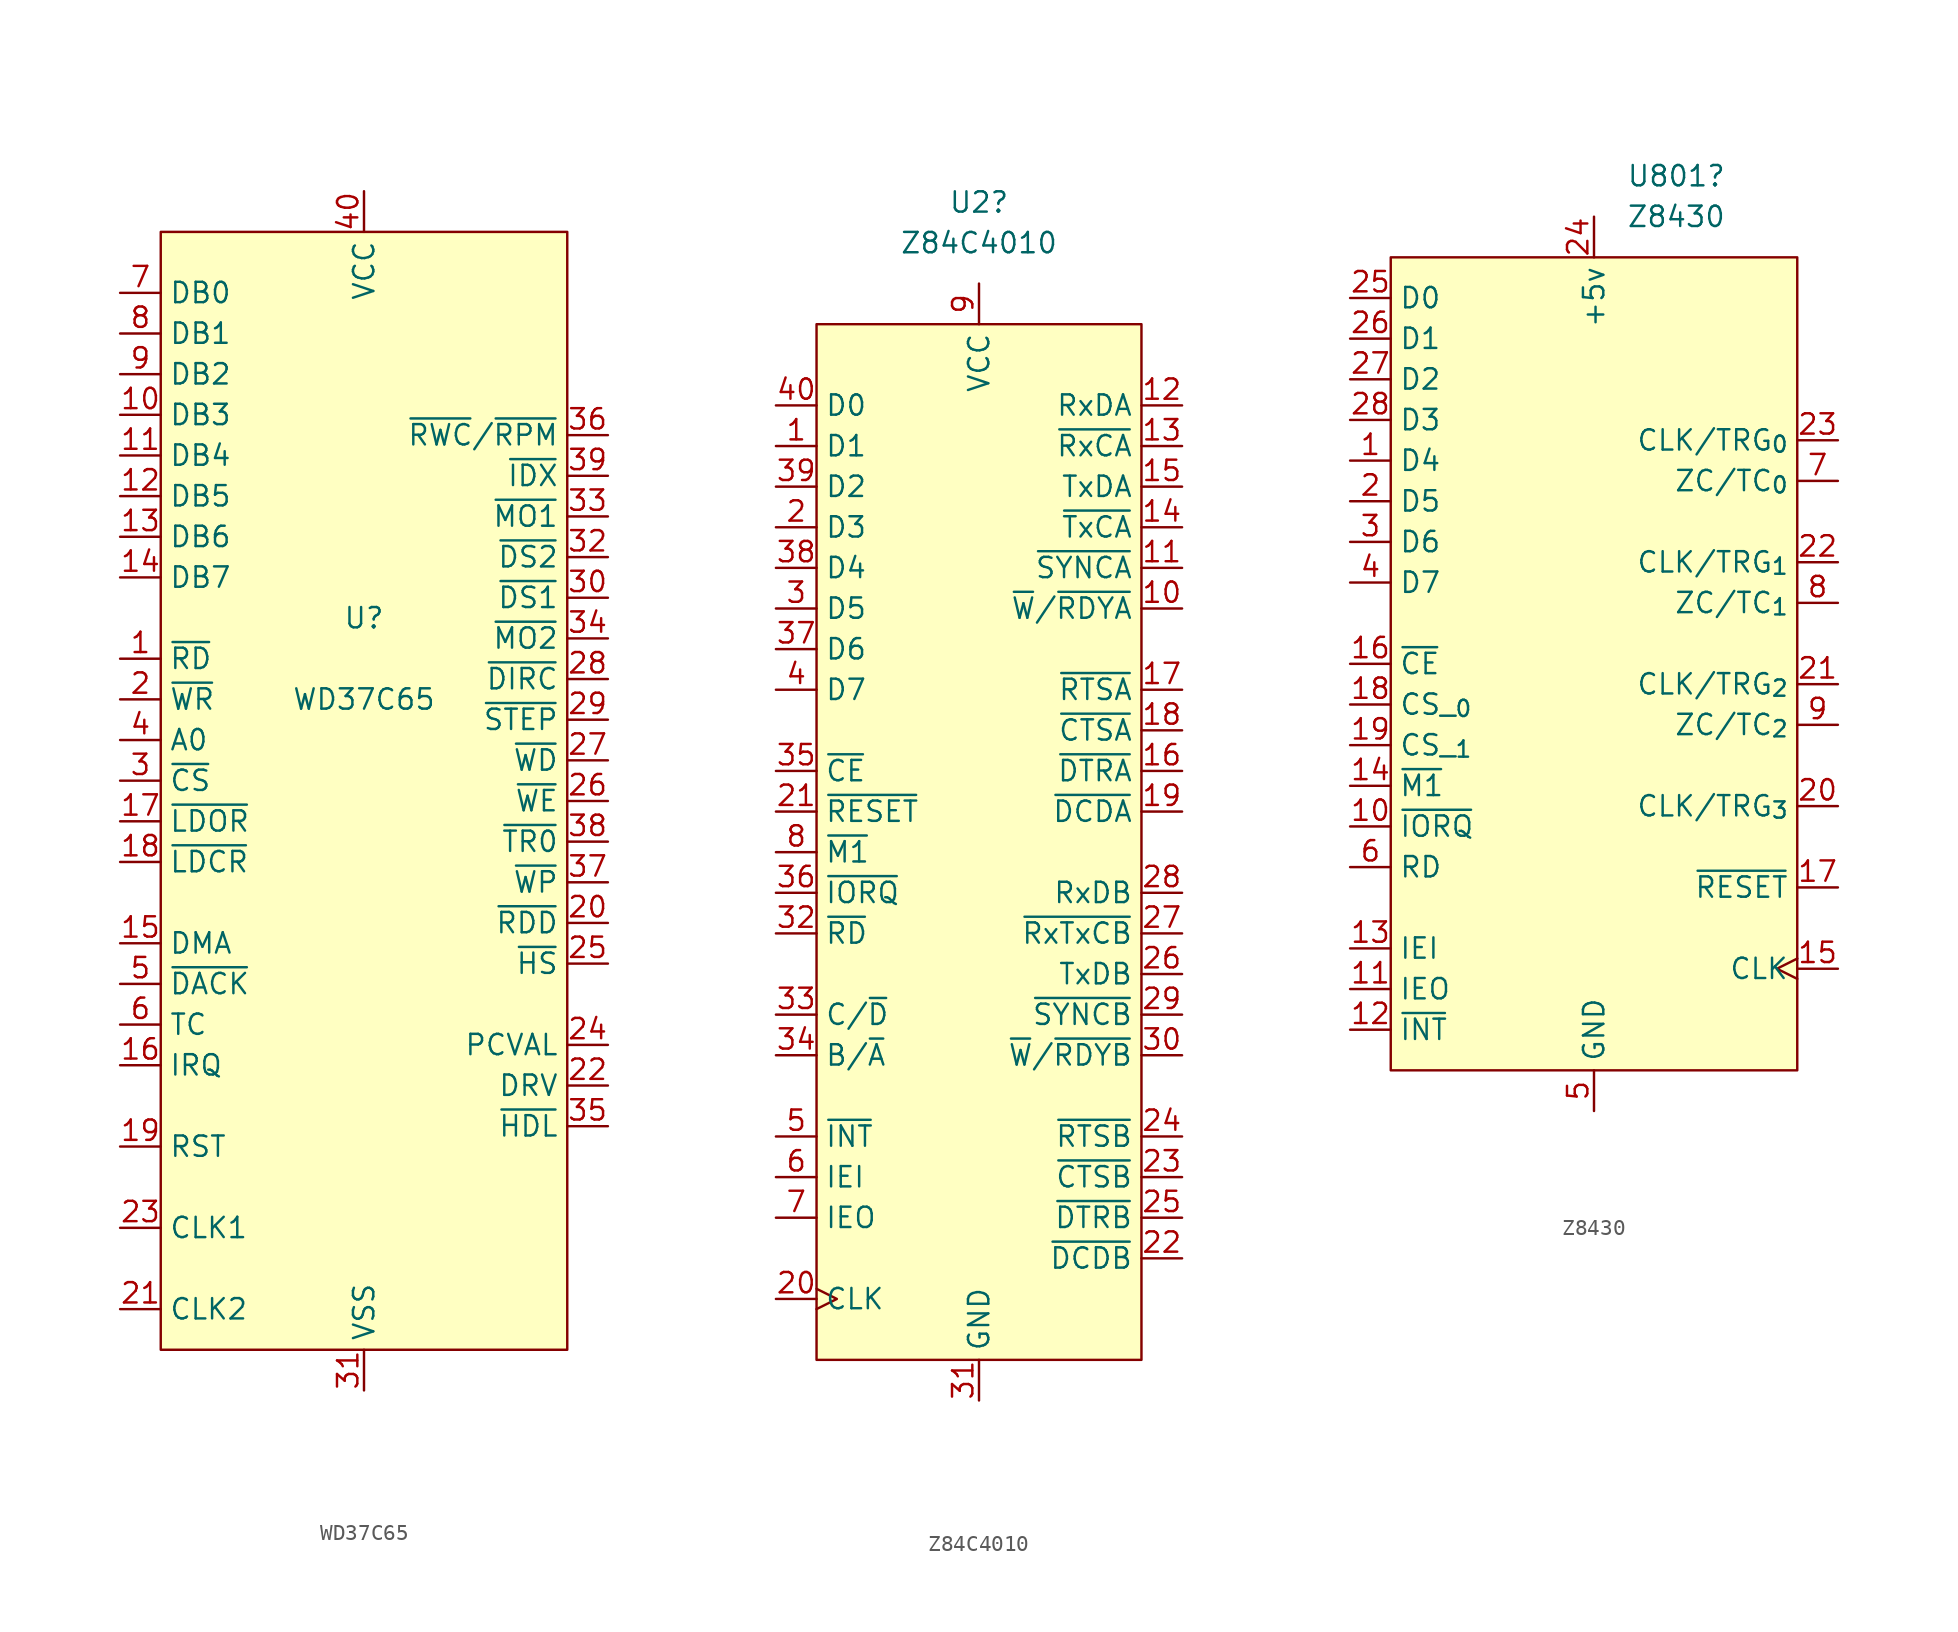
<source format=kicad_sym>
(kicad_symbol_lib
  (version 20211014)
  (generator kicad_symbol_editor)
  (symbol "WD37C65"
    (property "Reference" "U"
      (at 0 10.16 0)
      (effects (font (size 1.27 1.27))))
    (property "Value" "WD37C65"
      (at 0 5.08 0)
      (effects (font (size 1.27 1.27))))
    (symbol "WD37C65_0_0"
      (pin input line (at -15.24 7.62 0) (length 2.54) (name "~{RD}" (effects (font (size 1.27 1.27)))) (number "1" (effects (font (size 1.27 1.27)))))
      (pin bidirectional line (at -15.24 22.86 0) (length 2.54) (name "DB3" (effects (font (size 1.27 1.27)))) (number "10" (effects (font (size 1.27 1.27)))))
      (pin bidirectional line (at -15.24 20.32 0) (length 2.54) (name "DB4" (effects (font (size 1.27 1.27)))) (number "11" (effects (font (size 1.27 1.27)))))
      (pin bidirectional line (at -15.24 17.78 0) (length 2.54) (name "DB5" (effects (font (size 1.27 1.27)))) (number "12" (effects (font (size 1.27 1.27)))))
      (pin bidirectional line (at -15.24 15.24 0) (length 2.54) (name "DB6" (effects (font (size 1.27 1.27)))) (number "13" (effects (font (size 1.27 1.27)))))
      (pin bidirectional line (at -15.24 12.7 0) (length 2.54) (name "DB7" (effects (font (size 1.27 1.27)))) (number "14" (effects (font (size 1.27 1.27)))))
      (pin output line (at -15.24 -10.16 0) (length 2.54) (name "DMA" (effects (font (size 1.27 1.27)))) (number "15" (effects (font (size 1.27 1.27)))))
      (pin output line (at -15.24 -17.78 0) (length 2.54) (name "IRQ" (effects (font (size 1.27 1.27)))) (number "16" (effects (font (size 1.27 1.27)))))
      (pin input line (at -15.24 -2.54 0) (length 2.54) (name "~{LDOR}" (effects (font (size 1.27 1.27)))) (number "17" (effects (font (size 1.27 1.27)))))
      (pin input line (at -15.24 -5.08 0) (length 2.54) (name "~{LDCR}" (effects (font (size 1.27 1.27)))) (number "18" (effects (font (size 1.27 1.27)))))
      (pin input line (at -15.24 -22.86 0) (length 2.54) (name "RST" (effects (font (size 1.27 1.27)))) (number "19" (effects (font (size 1.27 1.27)))))
      (pin input line (at -15.24 5.08 0) (length 2.54) (name "~{WR}" (effects (font (size 1.27 1.27)))) (number "2" (effects (font (size 1.27 1.27)))))
      (pin input line (at 15.24 -8.89 180) (length 2.54) (name "~{RDD}" (effects (font (size 1.27 1.27)))) (number "20" (effects (font (size 1.27 1.27)))))
      (pin input line (at -15.24 -33.02 0) (length 2.54) (name "CLK2" (effects (font (size 1.27 1.27)))) (number "21" (effects (font (size 1.27 1.27)))))
      (pin input line (at 15.24 -19.05 180) (length 2.54) (name "DRV" (effects (font (size 1.27 1.27)))) (number "22" (effects (font (size 1.27 1.27)))))
      (pin input line (at -15.24 -27.94 0) (length 2.54) (name "CLK1" (effects (font (size 1.27 1.27)))) (number "23" (effects (font (size 1.27 1.27)))))
      (pin input line (at 15.24 -16.51 180) (length 2.54) (name "PCVAL" (effects (font (size 1.27 1.27)))) (number "24" (effects (font (size 1.27 1.27)))))
      (pin output line (at 15.24 -11.43 180) (length 2.54) (name "~{HS}" (effects (font (size 1.27 1.27)))) (number "25" (effects (font (size 1.27 1.27)))))
      (pin output line (at 15.24 -1.27 180) (length 2.54) (name "~{WE}" (effects (font (size 1.27 1.27)))) (number "26" (effects (font (size 1.27 1.27)))))
      (pin output line (at 15.24 1.27 180) (length 2.54) (name "~{WD}" (effects (font (size 1.27 1.27)))) (number "27" (effects (font (size 1.27 1.27)))))
      (pin output line (at 15.24 6.35 180) (length 2.54) (name "~{DIRC}" (effects (font (size 1.27 1.27)))) (number "28" (effects (font (size 1.27 1.27)))))
      (pin output line (at 15.24 3.81 180) (length 2.54) (name "~{STEP}" (effects (font (size 1.27 1.27)))) (number "29" (effects (font (size 1.27 1.27)))))
      (pin input line (at -15.24 0 0) (length 2.54) (name "~{CS}" (effects (font (size 1.27 1.27)))) (number "3" (effects (font (size 1.27 1.27)))))
      (pin output line (at 15.24 11.43 180) (length 2.54) (name "~{DS1}" (effects (font (size 1.27 1.27)))) (number "30" (effects (font (size 1.27 1.27)))))
      (pin power_in line (at 0 -38.1 90) (length 2.54) (name "VSS" (effects (font (size 1.27 1.27)))) (number "31" (effects (font (size 1.27 1.27)))))
      (pin output line (at 15.24 13.97 180) (length 2.54) (name "~{DS2}" (effects (font (size 1.27 1.27)))) (number "32" (effects (font (size 1.27 1.27)))))
      (pin output line (at 15.24 16.51 180) (length 2.54) (name "~{MO1}" (effects (font (size 1.27 1.27)))) (number "33" (effects (font (size 1.27 1.27)))))
      (pin output line (at 15.24 8.89 180) (length 2.54) (name "~{MO2}" (effects (font (size 1.27 1.27)))) (number "34" (effects (font (size 1.27 1.27)))))
      (pin output line (at 15.24 -21.59 180) (length 2.54) (name "~{HDL}" (effects (font (size 1.27 1.27)))) (number "35" (effects (font (size 1.27 1.27)))))
      (pin output line (at 15.24 21.59 180) (length 2.54) (name "~{RWC}/~{RPM}" (effects (font (size 1.27 1.27)))) (number "36" (effects (font (size 1.27 1.27)))))
      (pin input line (at 15.24 -6.35 180) (length 2.54) (name "~{WP}" (effects (font (size 1.27 1.27)))) (number "37" (effects (font (size 1.27 1.27)))))
      (pin input line (at 15.24 -3.81 180) (length 2.54) (name "~{TR0}" (effects (font (size 1.27 1.27)))) (number "38" (effects (font (size 1.27 1.27)))))
      (pin input line (at 15.24 19.05 180) (length 2.54) (name "~{IDX}" (effects (font (size 1.27 1.27)))) (number "39" (effects (font (size 1.27 1.27)))))
      (pin input line (at -15.24 2.54 0) (length 2.54) (name "A0" (effects (font (size 1.27 1.27)))) (number "4" (effects (font (size 1.27 1.27)))))
      (pin power_in line (at 0 36.83 270) (length 2.54) (name "VCC" (effects (font (size 1.27 1.27)))) (number "40" (effects (font (size 1.27 1.27)))))
      (pin input line (at -15.24 -12.7 0) (length 2.54) (name "~{DACK}" (effects (font (size 1.27 1.27)))) (number "5" (effects (font (size 1.27 1.27)))))
      (pin input line (at -15.24 -15.24 0) (length 2.54) (name "TC" (effects (font (size 1.27 1.27)))) (number "6" (effects (font (size 1.27 1.27)))))
      (pin bidirectional line (at -15.24 30.48 0) (length 2.54) (name "DB0" (effects (font (size 1.27 1.27)))) (number "7" (effects (font (size 1.27 1.27)))))
      (pin bidirectional line (at -15.24 27.94 0) (length 2.54) (name "DB1" (effects (font (size 1.27 1.27)))) (number "8" (effects (font (size 1.27 1.27)))))
      (pin bidirectional line (at -15.24 25.4 0) (length 2.54) (name "DB2" (effects (font (size 1.27 1.27)))) (number "9" (effects (font (size 1.27 1.27))))))
    (symbol "WD37C65_0_1"
      (rectangle (start -12.7 34.29) (end 12.7 -35.56) (stroke (width 0.152) (type default) (color 0 0 0 0)) (fill (type background)))))
  (symbol "Z84C4010"
    (property "Reference" "U2"
      (at 0 39.37 0)
      (effects (font (size 1.27 1.27))))
    (property "Value" "Z84C4010"
      (at 0 36.83 0)
      (effects (font (size 1.27 1.27))))
    (symbol "Z84C4010_0_0"
      (pin bidirectional line (at -12.7 24.13 0) (length 2.54) (name "D1" (effects (font (size 1.27 1.27)))) (number "1" (effects (font (size 1.27 1.27)))))
      (pin output line (at 12.7 13.97 180) (length 2.54) (name "~{W}/~{RDYA}" (effects (font (size 1.27 1.27)))) (number "10" (effects (font (size 1.27 1.27)))))
      (pin bidirectional line (at 12.7 16.51 180) (length 2.54) (name "~{SYNCA}" (effects (font (size 1.27 1.27)))) (number "11" (effects (font (size 1.27 1.27)))))
      (pin input line (at 12.7 26.67 180) (length 2.54) (name "RxDA" (effects (font (size 1.27 1.27)))) (number "12" (effects (font (size 1.27 1.27)))))
      (pin input line (at 12.7 24.13 180) (length 2.54) (name "~{RxCA}" (effects (font (size 1.27 1.27)))) (number "13" (effects (font (size 1.27 1.27)))))
      (pin input line (at 12.7 19.05 180) (length 2.54) (name "~{TxCA}" (effects (font (size 1.27 1.27)))) (number "14" (effects (font (size 1.27 1.27)))))
      (pin output line (at 12.7 21.59 180) (length 2.54) (name "TxDA" (effects (font (size 1.27 1.27)))) (number "15" (effects (font (size 1.27 1.27)))))
      (pin output line (at 12.7 3.81 180) (length 2.54) (name "~{DTRA}" (effects (font (size 1.27 1.27)))) (number "16" (effects (font (size 1.27 1.27)))))
      (pin output line (at 12.7 8.89 180) (length 2.54) (name "~{RTSA}" (effects (font (size 1.27 1.27)))) (number "17" (effects (font (size 1.27 1.27)))))
      (pin input line (at 12.7 6.35 180) (length 2.54) (name "~{CTSA}" (effects (font (size 1.27 1.27)))) (number "18" (effects (font (size 1.27 1.27)))))
      (pin input line (at 12.7 1.27 180) (length 2.54) (name "~{DCDA}" (effects (font (size 1.27 1.27)))) (number "19" (effects (font (size 1.27 1.27)))))
      (pin bidirectional line (at -12.7 19.05 0) (length 2.54) (name "D3" (effects (font (size 1.27 1.27)))) (number "2" (effects (font (size 1.27 1.27)))))
      (pin input clock (at -12.7 -29.21 0) (length 2.54) (name "CLK" (effects (font (size 1.27 1.27)))) (number "20" (effects (font (size 1.27 1.27)))))
      (pin input line (at -12.7 1.27 0) (length 2.54) (name "~{RESET}" (effects (font (size 1.27 1.27)))) (number "21" (effects (font (size 1.27 1.27)))))
      (pin input line (at 12.7 -26.67 180) (length 2.54) (name "~{DCDB}" (effects (font (size 1.27 1.27)))) (number "22" (effects (font (size 1.27 1.27)))))
      (pin input line (at 12.7 -21.59 180) (length 2.54) (name "~{CTSB}" (effects (font (size 1.27 1.27)))) (number "23" (effects (font (size 1.27 1.27)))))
      (pin output line (at 12.7 -19.05 180) (length 2.54) (name "~{RTSB}" (effects (font (size 1.27 1.27)))) (number "24" (effects (font (size 1.27 1.27)))))
      (pin output line (at 12.7 -24.13 180) (length 2.54) (name "~{DTRB}" (effects (font (size 1.27 1.27)))) (number "25" (effects (font (size 1.27 1.27)))))
      (pin output line (at 12.7 -8.89 180) (length 2.54) (name "TxDB" (effects (font (size 1.27 1.27)))) (number "26" (effects (font (size 1.27 1.27)))))
      (pin input line (at 12.7 -6.35 180) (length 2.54) (name "~{RxTxCB}" (effects (font (size 1.27 1.27)))) (number "27" (effects (font (size 1.27 1.27)))))
      (pin input line (at 12.7 -3.81 180) (length 2.54) (name "RxDB" (effects (font (size 1.27 1.27)))) (number "28" (effects (font (size 1.27 1.27)))))
      (pin bidirectional line (at 12.7 -11.43 180) (length 2.54) (name "~{SYNCB}" (effects (font (size 1.27 1.27)))) (number "29" (effects (font (size 1.27 1.27)))))
      (pin bidirectional line (at -12.7 13.97 0) (length 2.54) (name "D5" (effects (font (size 1.27 1.27)))) (number "3" (effects (font (size 1.27 1.27)))))
      (pin output line (at 12.7 -13.97 180) (length 2.54) (name "~{W}/~{RDYB}" (effects (font (size 1.27 1.27)))) (number "30" (effects (font (size 1.27 1.27)))))
      (pin power_in line (at 0 -35.56 90) (length 2.54) (name "GND" (effects (font (size 1.27 1.27)))) (number "31" (effects (font (size 1.27 1.27)))))
      (pin input line (at -12.7 -6.35 0) (length 2.54) (name "~{RD}" (effects (font (size 1.27 1.27)))) (number "32" (effects (font (size 1.27 1.27)))))
      (pin input line (at -12.7 -11.43 0) (length 2.54) (name "C/~{D}" (effects (font (size 1.27 1.27)))) (number "33" (effects (font (size 1.27 1.27)))))
      (pin input line (at -12.7 -13.97 0) (length 2.54) (name "B/~{A}" (effects (font (size 1.27 1.27)))) (number "34" (effects (font (size 1.27 1.27)))))
      (pin input line (at -12.7 3.81 0) (length 2.54) (name "~{CE}" (effects (font (size 1.27 1.27)))) (number "35" (effects (font (size 1.27 1.27)))))
      (pin input line (at -12.7 -3.81 0) (length 2.54) (name "~{IORQ}" (effects (font (size 1.27 1.27)))) (number "36" (effects (font (size 1.27 1.27)))))
      (pin bidirectional line (at -12.7 11.43 0) (length 2.54) (name "D6" (effects (font (size 1.27 1.27)))) (number "37" (effects (font (size 1.27 1.27)))))
      (pin bidirectional line (at -12.7 16.51 0) (length 2.54) (name "D4" (effects (font (size 1.27 1.27)))) (number "38" (effects (font (size 1.27 1.27)))))
      (pin bidirectional line (at -12.7 21.59 0) (length 2.54) (name "D2" (effects (font (size 1.27 1.27)))) (number "39" (effects (font (size 1.27 1.27)))))
      (pin bidirectional line (at -12.7 8.89 0) (length 2.54) (name "D7" (effects (font (size 1.27 1.27)))) (number "4" (effects (font (size 1.27 1.27)))))
      (pin bidirectional line (at -12.7 26.67 0) (length 2.54) (name "D0" (effects (font (size 1.27 1.27)))) (number "40" (effects (font (size 1.27 1.27)))))
      (pin open_collector line (at -12.7 -19.05 0) (length 2.54) (name "~{INT}" (effects (font (size 1.27 1.27)))) (number "5" (effects (font (size 1.27 1.27)))))
      (pin input line (at -12.7 -21.59 0) (length 2.54) (name "IEI" (effects (font (size 1.27 1.27)))) (number "6" (effects (font (size 1.27 1.27)))))
      (pin output line (at -12.7 -24.13 0) (length 2.54) (name "IEO" (effects (font (size 1.27 1.27)))) (number "7" (effects (font (size 1.27 1.27)))))
      (pin input line (at -12.7 -1.27 0) (length 2.54) (name "~{M1}" (effects (font (size 1.27 1.27)))) (number "8" (effects (font (size 1.27 1.27)))))
      (pin power_in line (at 0 34.29 270) (length 2.54) (name "VCC" (effects (font (size 1.27 1.27)))) (number "9" (effects (font (size 1.27 1.27))))))
    (symbol "Z84C4010_0_1"
      (rectangle (start -10.16 31.75) (end 10.16 -33.02) (stroke (width 0.152) (type default) (color 0 0 0 0)) (fill (type background)))))
  (symbol "Z8430"
    (property "Reference" "U801"
      (at 2.019 2.54 0)
      (effects (font (size 1.27 1.27)) (justify left)))
    (property "Value" "Z8430"
      (at 2.019 0 0)
      (effects (font (size 1.27 1.27)) (justify left)))
    (symbol "Z8430_0_0"
      (pin bidirectional line (at -15.24 -15.24 0) (length 2.54) (name "D4" (effects (font (size 1.27 1.27)))) (number "1" (effects (font (size 1.27 1.27)))))
      (pin input line (at -15.24 -38.1 0) (length 2.54) (name "~{IORQ}" (effects (font (size 1.27 1.27)))) (number "10" (effects (font (size 1.27 1.27)))))
      (pin output line (at -15.24 -48.26 0) (length 2.54) (name "IEO" (effects (font (size 1.27 1.27)))) (number "11" (effects (font (size 1.27 1.27)))))
      (pin open_collector line (at -15.24 -50.8 0) (length 2.54) (name "~{INT}" (effects (font (size 1.27 1.27)))) (number "12" (effects (font (size 1.27 1.27)))))
      (pin input line (at -15.24 -45.72 0) (length 2.54) (name "IEI" (effects (font (size 1.27 1.27)))) (number "13" (effects (font (size 1.27 1.27)))))
      (pin input line (at -15.24 -35.56 0) (length 2.54) (name "~{M1}" (effects (font (size 1.27 1.27)))) (number "14" (effects (font (size 1.27 1.27)))))
      (pin input clock (at 15.24 -46.99 180) (length 2.54) (name "CLK" (effects (font (size 1.27 1.27)))) (number "15" (effects (font (size 1.27 1.27)))))
      (pin input line (at -15.24 -27.94 0) (length 2.54) (name "~{CE}" (effects (font (size 1.27 1.27)))) (number "16" (effects (font (size 1.27 1.27)))))
      (pin input line (at 15.24 -41.91 180) (length 2.54) (name "~{RESET}" (effects (font (size 1.27 1.27)))) (number "17" (effects (font (size 1.27 1.27)))))
      (pin input line (at -15.24 -30.48 0) (length 2.54) (name "CS__{0}" (effects (font (size 1.27 1.27)))) (number "18" (effects (font (size 1.27 1.27)))))
      (pin input line (at -15.24 -33.02 0) (length 2.54) (name "CS__{1}" (effects (font (size 1.27 1.27)))) (number "19" (effects (font (size 1.27 1.27)))))
      (pin bidirectional line (at -15.24 -17.78 0) (length 2.54) (name "D5" (effects (font (size 1.27 1.27)))) (number "2" (effects (font (size 1.27 1.27)))))
      (pin input line (at 15.24 -36.83 180) (length 2.54) (name "CLK/TRG_{3}" (effects (font (size 1.27 1.27)))) (number "20" (effects (font (size 1.27 1.27)))))
      (pin input line (at 15.24 -29.21 180) (length 2.54) (name "CLK/TRG_{2}" (effects (font (size 1.27 1.27)))) (number "21" (effects (font (size 1.27 1.27)))))
      (pin input line (at 15.24 -21.59 180) (length 2.54) (name "CLK/TRG_{1}" (effects (font (size 1.27 1.27)))) (number "22" (effects (font (size 1.27 1.27)))))
      (pin input line (at 15.24 -13.97 180) (length 2.54) (name "CLK/TRG_{0}" (effects (font (size 1.27 1.27)))) (number "23" (effects (font (size 1.27 1.27)))))
      (pin power_in line (at 0 0 270) (length 2.54) (name "+5v" (effects (font (size 1.27 1.27)))) (number "24" (effects (font (size 1.27 1.27)))))
      (pin bidirectional line (at -15.24 -5.08 0) (length 2.54) (name "D0" (effects (font (size 1.27 1.27)))) (number "25" (effects (font (size 1.27 1.27)))))
      (pin bidirectional line (at -15.24 -7.62 0) (length 2.54) (name "D1" (effects (font (size 1.27 1.27)))) (number "26" (effects (font (size 1.27 1.27)))))
      (pin bidirectional line (at -15.24 -10.16 0) (length 2.54) (name "D2" (effects (font (size 1.27 1.27)))) (number "27" (effects (font (size 1.27 1.27)))))
      (pin bidirectional line (at -15.24 -12.7 0) (length 2.54) (name "D3" (effects (font (size 1.27 1.27)))) (number "28" (effects (font (size 1.27 1.27)))))
      (pin bidirectional line (at -15.24 -20.32 0) (length 2.54) (name "D6" (effects (font (size 1.27 1.27)))) (number "3" (effects (font (size 1.27 1.27)))))
      (pin bidirectional line (at -15.24 -22.86 0) (length 2.54) (name "D7" (effects (font (size 1.27 1.27)))) (number "4" (effects (font (size 1.27 1.27)))))
      (pin power_in line (at 0 -55.88 90) (length 2.54) (name "GND" (effects (font (size 1.27 1.27)))) (number "5" (effects (font (size 1.27 1.27)))))
      (pin input line (at -15.24 -40.64 0) (length 2.54) (name "RD" (effects (font (size 1.27 1.27)))) (number "6" (effects (font (size 1.27 1.27)))))
      (pin output line (at 15.24 -16.51 180) (length 2.54) (name "ZC/TC_{0}" (effects (font (size 1.27 1.27)))) (number "7" (effects (font (size 1.27 1.27)))))
      (pin output line (at 15.24 -24.13 180) (length 2.54) (name "ZC/TC_{1}" (effects (font (size 1.27 1.27)))) (number "8" (effects (font (size 1.27 1.27)))))
      (pin output line (at 15.24 -31.75 180) (length 2.54) (name "ZC/TC_{2}" (effects (font (size 1.27 1.27)))) (number "9" (effects (font (size 1.27 1.27))))))
    (symbol "Z8430_0_1"
      (rectangle (start -12.7 -2.54) (end 12.7 -53.34) (stroke (width 0.152) (type default) (color 0 0 0 0)) (fill (type background))))))
</source>
